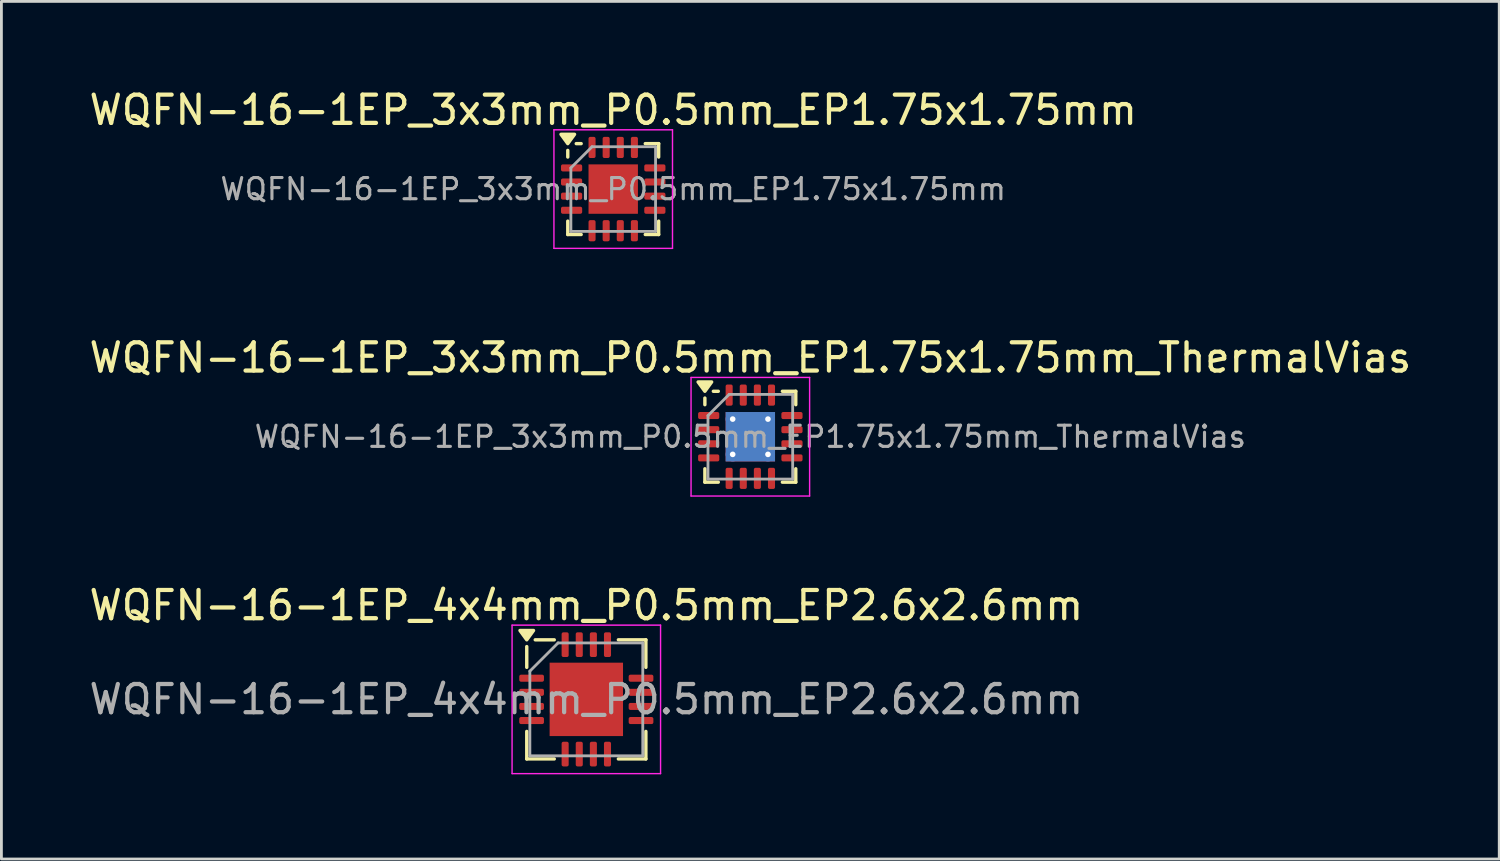
<source format=kicad_pcb>
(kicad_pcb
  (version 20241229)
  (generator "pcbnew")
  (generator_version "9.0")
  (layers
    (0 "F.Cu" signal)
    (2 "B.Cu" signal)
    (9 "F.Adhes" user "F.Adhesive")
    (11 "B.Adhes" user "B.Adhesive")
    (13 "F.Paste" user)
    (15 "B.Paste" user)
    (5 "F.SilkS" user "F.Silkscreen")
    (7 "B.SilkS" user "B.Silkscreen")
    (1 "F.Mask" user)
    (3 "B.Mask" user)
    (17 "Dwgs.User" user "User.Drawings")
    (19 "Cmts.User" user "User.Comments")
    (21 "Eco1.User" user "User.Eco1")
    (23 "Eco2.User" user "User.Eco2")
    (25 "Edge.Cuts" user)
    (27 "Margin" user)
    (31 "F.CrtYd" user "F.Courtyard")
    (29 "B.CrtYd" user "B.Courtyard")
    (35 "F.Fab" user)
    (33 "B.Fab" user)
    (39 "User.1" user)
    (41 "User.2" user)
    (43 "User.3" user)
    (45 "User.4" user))
  (footprint "WQFN-16-1EP_4x4mm_P0.5mm_EP2.6x2.6mm"
    (layer "F.Cu")
    (at 17.72 21.725)
    (property "Reference" "WQFN-16-1EP_4x4mm_P0.5mm_EP2.6x2.6mm" (at 0 -3.33 0) (layer "F.SilkS") (effects (font (size 1 1) (thickness 0.15))))
    (attr smd)
    (fp_line (start -2.11 -1.135) (end -2.11 -1.87) (stroke (width 0.12) (type solid)) (layer "F.SilkS"))
    (fp_line (start -2.11 2.11) (end -2.11 1.135) (stroke (width 0.12) (type solid)) (layer "F.SilkS"))
    (fp_line (start -1.135 -2.11) (end -1.81 -2.11) (stroke (width 0.12) (type solid)) (layer "F.SilkS"))
    (fp_line (start -1.135 2.11) (end -2.11 2.11) (stroke (width 0.12) (type solid)) (layer "F.SilkS"))
    (fp_line (start 1.135 -2.11) (end 2.11 -2.11) (stroke (width 0.12) (type solid)) (layer "F.SilkS"))
    (fp_line (start 1.135 2.11) (end 2.11 2.11) (stroke (width 0.12) (type solid)) (layer "F.SilkS"))
    (fp_line (start 2.11 -2.11) (end 2.11 -1.135) (stroke (width 0.12) (type solid)) (layer "F.SilkS"))
    (fp_line (start 2.11 2.11) (end 2.11 1.135) (stroke (width 0.12) (type solid)) (layer "F.SilkS"))
    (fp_poly (pts (xy -2.11 -2.11) (xy -2.35 -2.44) (xy -1.87 -2.44) (xy -2.11 -2.11)) (stroke (width 0.12) (type solid)) (fill yes) (layer "F.SilkS"))
    (fp_line (start -2.63 -2.63) (end -2.63 2.63) (stroke (width 0.05) (type solid)) (layer "F.CrtYd"))
    (fp_line (start -2.63 2.63) (end 2.63 2.63) (stroke (width 0.05) (type solid)) (layer "F.CrtYd"))
    (fp_line (start 2.63 -2.63) (end -2.63 -2.63) (stroke (width 0.05) (type solid)) (layer "F.CrtYd"))
    (fp_line (start 2.63 2.63) (end 2.63 -2.63) (stroke (width 0.05) (type solid)) (layer "F.CrtYd"))
    (fp_line (start -2 -1) (end -1 -2) (stroke (width 0.1) (type solid)) (layer "F.Fab"))
    (fp_line (start -2 2) (end -2 -1) (stroke (width 0.1) (type solid)) (layer "F.Fab"))
    (fp_line (start -1 -2) (end 2 -2) (stroke (width 0.1) (type solid)) (layer "F.Fab"))
    (fp_line (start 2 -2) (end 2 2) (stroke (width 0.1) (type solid)) (layer "F.Fab"))
    (fp_line (start 2 2) (end -2 2) (stroke (width 0.1) (type solid)) (layer "F.Fab"))
    (fp_text user "${REFERENCE}" (at 0 0 0) (layer "F.Fab") (effects (font (size 1 1) (thickness 0.15))))
    (pad "" smd roundrect (at -0.65 -0.65) (size 1.05 1.05) (layers "F.Paste") (roundrect_rratio 0.238))
    (pad "" smd roundrect (at -0.65 0.65) (size 1.05 1.05) (layers "F.Paste") (roundrect_rratio 0.238))
    (pad "" smd roundrect (at 0.65 -0.65) (size 1.05 1.05) (layers "F.Paste") (roundrect_rratio 0.238))
    (pad "" smd roundrect (at 0.65 0.65) (size 1.05 1.05) (layers "F.Paste") (roundrect_rratio 0.238))
    (pad "1" smd roundrect (at -1.938 -0.75) (size 0.875 0.25) (layers "F.Cu" "F.Mask" "F.Paste") (roundrect_rratio 0.25))
    (pad "2" smd roundrect (at -1.938 -0.25) (size 0.875 0.25) (layers "F.Cu" "F.Mask" "F.Paste") (roundrect_rratio 0.25))
    (pad "3" smd roundrect (at -1.938 0.25) (size 0.875 0.25) (layers "F.Cu" "F.Mask" "F.Paste") (roundrect_rratio 0.25))
    (pad "4" smd roundrect (at -1.938 0.75) (size 0.875 0.25) (layers "F.Cu" "F.Mask" "F.Paste") (roundrect_rratio 0.25))
    (pad "5" smd roundrect (at -0.75 1.938) (size 0.25 0.875) (layers "F.Cu" "F.Mask" "F.Paste") (roundrect_rratio 0.25))
    (pad "6" smd roundrect (at -0.25 1.938) (size 0.25 0.875) (layers "F.Cu" "F.Mask" "F.Paste") (roundrect_rratio 0.25))
    (pad "7" smd roundrect (at 0.25 1.938) (size 0.25 0.875) (layers "F.Cu" "F.Mask" "F.Paste") (roundrect_rratio 0.25))
    (pad "8" smd roundrect (at 0.75 1.938) (size 0.25 0.875) (layers "F.Cu" "F.Mask" "F.Paste") (roundrect_rratio 0.25))
    (pad "9" smd roundrect (at 1.938 0.75) (size 0.875 0.25) (layers "F.Cu" "F.Mask" "F.Paste") (roundrect_rratio 0.25))
    (pad "10" smd roundrect (at 1.938 0.25) (size 0.875 0.25) (layers "F.Cu" "F.Mask" "F.Paste") (roundrect_rratio 0.25))
    (pad "11" smd roundrect (at 1.938 -0.25) (size 0.875 0.25) (layers "F.Cu" "F.Mask" "F.Paste") (roundrect_rratio 0.25))
    (pad "12" smd roundrect (at 1.938 -0.75) (size 0.875 0.25) (layers "F.Cu" "F.Mask" "F.Paste") (roundrect_rratio 0.25))
    (pad "13" smd roundrect (at 0.75 -1.938) (size 0.25 0.875) (layers "F.Cu" "F.Mask" "F.Paste") (roundrect_rratio 0.25))
    (pad "14" smd roundrect (at 0.25 -1.938) (size 0.25 0.875) (layers "F.Cu" "F.Mask" "F.Paste") (roundrect_rratio 0.25))
    (pad "15" smd roundrect (at -0.25 -1.938) (size 0.25 0.875) (layers "F.Cu" "F.Mask" "F.Paste") (roundrect_rratio 0.25))
    (pad "16" smd roundrect (at -0.75 -1.938) (size 0.25 0.875) (layers "F.Cu" "F.Mask" "F.Paste") (roundrect_rratio 0.25))
    (pad "17" smd rect (at 0 0) (size 2.6 2.6) (property pad_prop_heatsink) (layers "F.Cu" "F.Mask")))
  (footprint "WQFN-16-1EP_3x3mm_P0.5mm_EP1.75x1.75mm"
    (layer "F.Cu")
    (at 18.673 3.648)
    (property "Reference" "WQFN-16-1EP_3x3mm_P0.5mm_EP1.75x1.75mm" (at 0 -2.8 0) (layer "F.SilkS") (effects (font (size 1 1) (thickness 0.15))))
    (attr smd)
    (fp_line (start -1.61 -1.135) (end -1.61 -1.37) (stroke (width 0.12) (type solid)) (layer "F.SilkS"))
    (fp_line (start -1.61 1.61) (end -1.61 1.135) (stroke (width 0.12) (type solid)) (layer "F.SilkS"))
    (fp_line (start -1.135 -1.61) (end -1.31 -1.61) (stroke (width 0.12) (type solid)) (layer "F.SilkS"))
    (fp_line (start -1.135 1.61) (end -1.61 1.61) (stroke (width 0.12) (type solid)) (layer "F.SilkS"))
    (fp_line (start 1.135 -1.61) (end 1.61 -1.61) (stroke (width 0.12) (type solid)) (layer "F.SilkS"))
    (fp_line (start 1.135 1.61) (end 1.61 1.61) (stroke (width 0.12) (type solid)) (layer "F.SilkS"))
    (fp_line (start 1.61 -1.61) (end 1.61 -1.135) (stroke (width 0.12) (type solid)) (layer "F.SilkS"))
    (fp_line (start 1.61 1.61) (end 1.61 1.135) (stroke (width 0.12) (type solid)) (layer "F.SilkS"))
    (fp_poly (pts (xy -1.61 -1.61) (xy -1.85 -1.94) (xy -1.37 -1.94) (xy -1.61 -1.61)) (stroke (width 0.12) (type solid)) (fill yes) (layer "F.SilkS"))
    (fp_line (start -2.1 -2.1) (end -2.1 2.1) (stroke (width 0.05) (type solid)) (layer "F.CrtYd"))
    (fp_line (start -2.1 2.1) (end 2.1 2.1) (stroke (width 0.05) (type solid)) (layer "F.CrtYd"))
    (fp_line (start 2.1 -2.1) (end -2.1 -2.1) (stroke (width 0.05) (type solid)) (layer "F.CrtYd"))
    (fp_line (start 2.1 2.1) (end 2.1 -2.1) (stroke (width 0.05) (type solid)) (layer "F.CrtYd"))
    (fp_line (start -1.5 -0.75) (end -0.75 -1.5) (stroke (width 0.1) (type solid)) (layer "F.Fab"))
    (fp_line (start -1.5 1.5) (end -1.5 -0.75) (stroke (width 0.1) (type solid)) (layer "F.Fab"))
    (fp_line (start -0.75 -1.5) (end 1.5 -1.5) (stroke (width 0.1) (type solid)) (layer "F.Fab"))
    (fp_line (start 1.5 -1.5) (end 1.5 1.5) (stroke (width 0.1) (type solid)) (layer "F.Fab"))
    (fp_line (start 1.5 1.5) (end -1.5 1.5) (stroke (width 0.1) (type solid)) (layer "F.Fab"))
    (fp_text user "${REFERENCE}" (at 0 0 0) (layer "F.Fab") (effects (font (size 0.75 0.75) (thickness 0.11))))
    (pad "" smd roundrect (at -0.44 -0.44) (size 0.71 0.71) (layers "F.Paste") (roundrect_rratio 0.25))
    (pad "" smd roundrect (at -0.44 0.44) (size 0.71 0.71) (layers "F.Paste") (roundrect_rratio 0.25))
    (pad "" smd roundrect (at 0.44 -0.44) (size 0.71 0.71) (layers "F.Paste") (roundrect_rratio 0.25))
    (pad "" smd roundrect (at 0.44 0.44) (size 0.71 0.71) (layers "F.Paste") (roundrect_rratio 0.25))
    (pad "1" smd roundrect (at -1.475 -0.75) (size 0.75 0.25) (layers "F.Cu" "F.Mask" "F.Paste") (roundrect_rratio 0.25))
    (pad "2" smd roundrect (at -1.475 -0.25) (size 0.75 0.25) (layers "F.Cu" "F.Mask" "F.Paste") (roundrect_rratio 0.25))
    (pad "3" smd roundrect (at -1.475 0.25) (size 0.75 0.25) (layers "F.Cu" "F.Mask" "F.Paste") (roundrect_rratio 0.25))
    (pad "4" smd roundrect (at -1.475 0.75) (size 0.75 0.25) (layers "F.Cu" "F.Mask" "F.Paste") (roundrect_rratio 0.25))
    (pad "5" smd roundrect (at -0.75 1.475) (size 0.25 0.75) (layers "F.Cu" "F.Mask" "F.Paste") (roundrect_rratio 0.25))
    (pad "6" smd roundrect (at -0.25 1.475) (size 0.25 0.75) (layers "F.Cu" "F.Mask" "F.Paste") (roundrect_rratio 0.25))
    (pad "7" smd roundrect (at 0.25 1.475) (size 0.25 0.75) (layers "F.Cu" "F.Mask" "F.Paste") (roundrect_rratio 0.25))
    (pad "8" smd roundrect (at 0.75 1.475) (size 0.25 0.75) (layers "F.Cu" "F.Mask" "F.Paste") (roundrect_rratio 0.25))
    (pad "9" smd roundrect (at 1.475 0.75) (size 0.75 0.25) (layers "F.Cu" "F.Mask" "F.Paste") (roundrect_rratio 0.25))
    (pad "10" smd roundrect (at 1.475 0.25) (size 0.75 0.25) (layers "F.Cu" "F.Mask" "F.Paste") (roundrect_rratio 0.25))
    (pad "11" smd roundrect (at 1.475 -0.25) (size 0.75 0.25) (layers "F.Cu" "F.Mask" "F.Paste") (roundrect_rratio 0.25))
    (pad "12" smd roundrect (at 1.475 -0.75) (size 0.75 0.25) (layers "F.Cu" "F.Mask" "F.Paste") (roundrect_rratio 0.25))
    (pad "13" smd roundrect (at 0.75 -1.475) (size 0.25 0.75) (layers "F.Cu" "F.Mask" "F.Paste") (roundrect_rratio 0.25))
    (pad "14" smd roundrect (at 0.25 -1.475) (size 0.25 0.75) (layers "F.Cu" "F.Mask" "F.Paste") (roundrect_rratio 0.25))
    (pad "15" smd roundrect (at -0.25 -1.475) (size 0.25 0.75) (layers "F.Cu" "F.Mask" "F.Paste") (roundrect_rratio 0.25))
    (pad "16" smd roundrect (at -0.75 -1.475) (size 0.25 0.75) (layers "F.Cu" "F.Mask" "F.Paste") (roundrect_rratio 0.25))
    (pad "17" smd rect (at 0 0) (size 1.75 1.75) (property pad_prop_heatsink) (layers "F.Cu" "F.Mask")))
  (footprint "WQFN-16-1EP_3x3mm_P0.5mm_EP1.75x1.75mm_ThermalVias"
    (layer "F.Cu")
    (at 23.53 12.421)
    (property "Reference" "WQFN-16-1EP_3x3mm_P0.5mm_EP1.75x1.75mm_ThermalVias" (at 0 -2.8 0) (layer "F.SilkS") (effects (font (size 1 1) (thickness 0.15))))
    (attr smd)
    (fp_line (start -1.61 -1.135) (end -1.61 -1.37) (stroke (width 0.12) (type solid)) (layer "F.SilkS"))
    (fp_line (start -1.61 1.61) (end -1.61 1.135) (stroke (width 0.12) (type solid)) (layer "F.SilkS"))
    (fp_line (start -1.135 -1.61) (end -1.31 -1.61) (stroke (width 0.12) (type solid)) (layer "F.SilkS"))
    (fp_line (start -1.135 1.61) (end -1.61 1.61) (stroke (width 0.12) (type solid)) (layer "F.SilkS"))
    (fp_line (start 1.135 -1.61) (end 1.61 -1.61) (stroke (width 0.12) (type solid)) (layer "F.SilkS"))
    (fp_line (start 1.135 1.61) (end 1.61 1.61) (stroke (width 0.12) (type solid)) (layer "F.SilkS"))
    (fp_line (start 1.61 -1.61) (end 1.61 -1.135) (stroke (width 0.12) (type solid)) (layer "F.SilkS"))
    (fp_line (start 1.61 1.61) (end 1.61 1.135) (stroke (width 0.12) (type solid)) (layer "F.SilkS"))
    (fp_poly (pts (xy -1.61 -1.61) (xy -1.85 -1.94) (xy -1.37 -1.94) (xy -1.61 -1.61)) (stroke (width 0.12) (type solid)) (fill yes) (layer "F.SilkS"))
    (fp_line (start -2.1 -2.1) (end -2.1 2.1) (stroke (width 0.05) (type solid)) (layer "F.CrtYd"))
    (fp_line (start -2.1 2.1) (end 2.1 2.1) (stroke (width 0.05) (type solid)) (layer "F.CrtYd"))
    (fp_line (start 2.1 -2.1) (end -2.1 -2.1) (stroke (width 0.05) (type solid)) (layer "F.CrtYd"))
    (fp_line (start 2.1 2.1) (end 2.1 -2.1) (stroke (width 0.05) (type solid)) (layer "F.CrtYd"))
    (fp_line (start -1.5 -0.75) (end -0.75 -1.5) (stroke (width 0.1) (type solid)) (layer "F.Fab"))
    (fp_line (start -1.5 1.5) (end -1.5 -0.75) (stroke (width 0.1) (type solid)) (layer "F.Fab"))
    (fp_line (start -0.75 -1.5) (end 1.5 -1.5) (stroke (width 0.1) (type solid)) (layer "F.Fab"))
    (fp_line (start 1.5 -1.5) (end 1.5 1.5) (stroke (width 0.1) (type solid)) (layer "F.Fab"))
    (fp_line (start 1.5 1.5) (end -1.5 1.5) (stroke (width 0.1) (type solid)) (layer "F.Fab"))
    (fp_text user "${REFERENCE}" (at 0 0 0) (layer "F.Fab") (effects (font (size 0.75 0.75) (thickness 0.11))))
    (pad "" smd roundrect (at -0.44 -0.44) (size 0.76 0.76) (layers "F.Paste") (roundrect_rratio 0.25))
    (pad "" smd roundrect (at -0.44 0.44) (size 0.76 0.76) (layers "F.Paste") (roundrect_rratio 0.25))
    (pad "" smd roundrect (at 0.44 -0.44) (size 0.76 0.76) (layers "F.Paste") (roundrect_rratio 0.25))
    (pad "" smd roundrect (at 0.44 0.44) (size 0.76 0.76) (layers "F.Paste") (roundrect_rratio 0.25))
    (pad "1" smd roundrect (at -1.475 -0.75) (size 0.75 0.25) (layers "F.Cu" "F.Mask" "F.Paste") (roundrect_rratio 0.25))
    (pad "2" smd roundrect (at -1.475 -0.25) (size 0.75 0.25) (layers "F.Cu" "F.Mask" "F.Paste") (roundrect_rratio 0.25))
    (pad "3" smd roundrect (at -1.475 0.25) (size 0.75 0.25) (layers "F.Cu" "F.Mask" "F.Paste") (roundrect_rratio 0.25))
    (pad "4" smd roundrect (at -1.475 0.75) (size 0.75 0.25) (layers "F.Cu" "F.Mask" "F.Paste") (roundrect_rratio 0.25))
    (pad "5" smd roundrect (at -0.75 1.475) (size 0.25 0.75) (layers "F.Cu" "F.Mask" "F.Paste") (roundrect_rratio 0.25))
    (pad "6" smd roundrect (at -0.25 1.475) (size 0.25 0.75) (layers "F.Cu" "F.Mask" "F.Paste") (roundrect_rratio 0.25))
    (pad "7" smd roundrect (at 0.25 1.475) (size 0.25 0.75) (layers "F.Cu" "F.Mask" "F.Paste") (roundrect_rratio 0.25))
    (pad "8" smd roundrect (at 0.75 1.475) (size 0.25 0.75) (layers "F.Cu" "F.Mask" "F.Paste") (roundrect_rratio 0.25))
    (pad "9" smd roundrect (at 1.475 0.75) (size 0.75 0.25) (layers "F.Cu" "F.Mask" "F.Paste") (roundrect_rratio 0.25))
    (pad "10" smd roundrect (at 1.475 0.25) (size 0.75 0.25) (layers "F.Cu" "F.Mask" "F.Paste") (roundrect_rratio 0.25))
    (pad "11" smd roundrect (at 1.475 -0.25) (size 0.75 0.25) (layers "F.Cu" "F.Mask" "F.Paste") (roundrect_rratio 0.25))
    (pad "12" smd roundrect (at 1.475 -0.75) (size 0.75 0.25) (layers "F.Cu" "F.Mask" "F.Paste") (roundrect_rratio 0.25))
    (pad "13" smd roundrect (at 0.75 -1.475) (size 0.25 0.75) (layers "F.Cu" "F.Mask" "F.Paste") (roundrect_rratio 0.25))
    (pad "14" smd roundrect (at 0.25 -1.475) (size 0.25 0.75) (layers "F.Cu" "F.Mask" "F.Paste") (roundrect_rratio 0.25))
    (pad "15" smd roundrect (at -0.25 -1.475) (size 0.25 0.75) (layers "F.Cu" "F.Mask" "F.Paste") (roundrect_rratio 0.25))
    (pad "16" smd roundrect (at -0.75 -1.475) (size 0.25 0.75) (layers "F.Cu" "F.Mask" "F.Paste") (roundrect_rratio 0.25))
    (pad "17" thru_hole circle (at -0.625 -0.625) (size 0.5 0.5) (drill 0.2) (property pad_prop_heatsink) (layers "*.Cu"))
    (pad "17" thru_hole circle (at -0.625 0.625) (size 0.5 0.5) (drill 0.2) (property pad_prop_heatsink) (layers "*.Cu"))
    (pad "17" smd rect (at 0 0) (size 1.75 1.75) (property pad_prop_heatsink) (layers "F.Cu" "F.Mask"))
    (pad "17" smd rect (at 0 0) (size 1.75 1.75) (property pad_prop_heatsink) (layers "B.Cu"))
    (pad "17" thru_hole circle (at 0.625 -0.625) (size 0.5 0.5) (drill 0.2) (property pad_prop_heatsink) (layers "*.Cu"))
    (pad "17" thru_hole circle (at 0.625 0.625) (size 0.5 0.5) (drill 0.2) (property pad_prop_heatsink) (layers "*.Cu")))
  (gr_rect
    (start -3 -3)
    (end 50.06 27.38)
    (stroke (width 0.1) (type default))
    (fill no)
    (layer "Edge.Cuts")))
</source>
